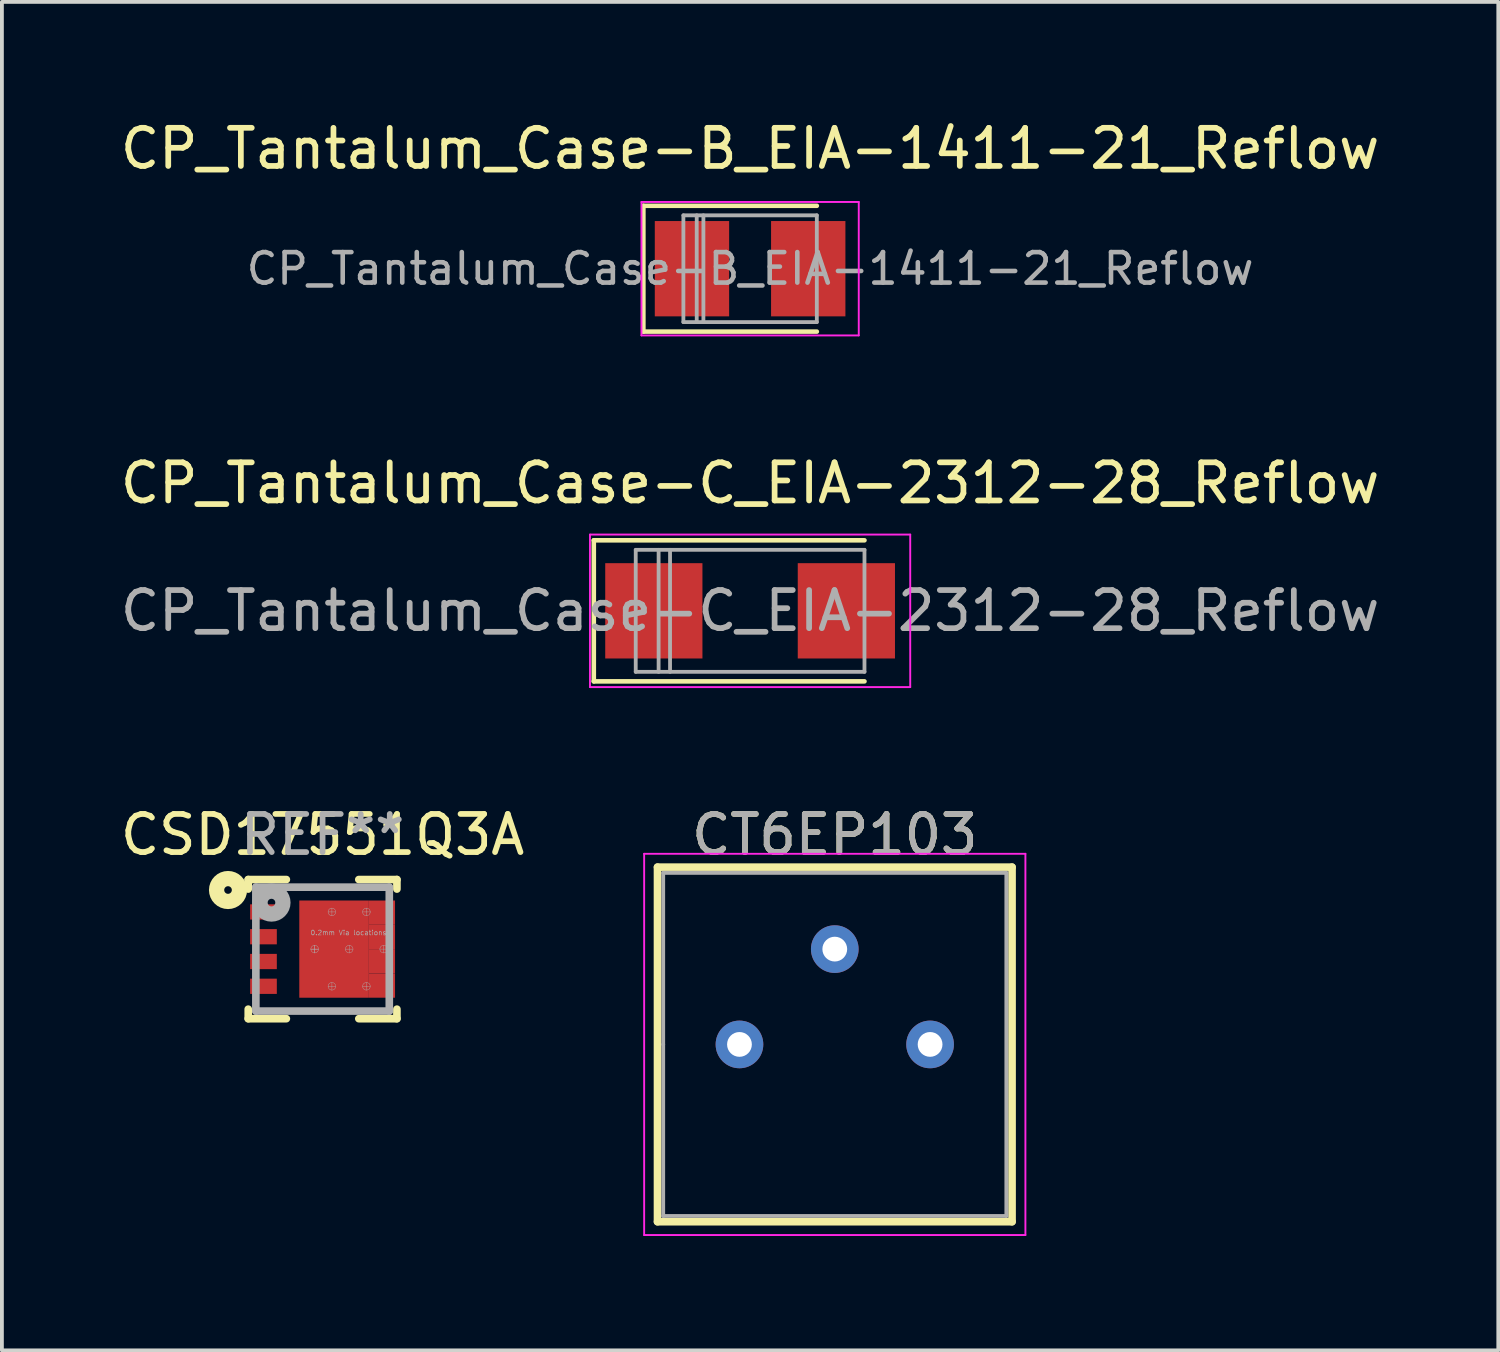
<source format=kicad_pcb>
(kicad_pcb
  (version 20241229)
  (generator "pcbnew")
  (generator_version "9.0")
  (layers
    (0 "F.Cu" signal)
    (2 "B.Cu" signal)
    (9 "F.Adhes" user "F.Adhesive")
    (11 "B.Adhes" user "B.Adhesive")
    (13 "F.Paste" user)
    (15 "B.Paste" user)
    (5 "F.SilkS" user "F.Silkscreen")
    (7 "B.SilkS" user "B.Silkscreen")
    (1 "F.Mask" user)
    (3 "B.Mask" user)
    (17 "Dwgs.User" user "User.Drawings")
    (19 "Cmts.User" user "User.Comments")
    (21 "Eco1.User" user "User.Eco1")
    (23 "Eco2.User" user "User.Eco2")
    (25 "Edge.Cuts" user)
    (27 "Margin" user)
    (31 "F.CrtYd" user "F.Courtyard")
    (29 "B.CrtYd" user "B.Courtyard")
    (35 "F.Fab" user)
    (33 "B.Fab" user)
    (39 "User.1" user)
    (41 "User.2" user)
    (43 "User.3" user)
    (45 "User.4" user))
  (footprint "CSD17551Q3A"
    (layer "F.Cu")
    (at 5.411 21.845)
    (property "Reference" "CSD17551Q3A" (at 0 -3 0) (layer "F.SilkS") (effects (font (size 1 1) (thickness 0.15))))
    (attr through_hole)
    (fp_line (start -1.95 -1.825) (end -1.95 -1.575) (stroke (width 0.2) (type solid)) (layer "F.SilkS"))
    (fp_line (start -1.95 1.575) (end -1.95 1.825) (stroke (width 0.2) (type solid)) (layer "F.SilkS"))
    (fp_line (start -0.95 -1.825) (end -1.95 -1.825) (stroke (width 0.2) (type solid)) (layer "F.SilkS"))
    (fp_line (start -0.95 1.825) (end -1.95 1.825) (stroke (width 0.2) (type solid)) (layer "F.SilkS"))
    (fp_line (start 1.95 -1.825) (end 0.95 -1.825) (stroke (width 0.2) (type solid)) (layer "F.SilkS"))
    (fp_line (start 1.95 -1.825) (end 1.95 -1.575) (stroke (width 0.2) (type solid)) (layer "F.SilkS"))
    (fp_line (start 1.95 1.575) (end 1.95 1.825) (stroke (width 0.2) (type solid)) (layer "F.SilkS"))
    (fp_line (start 1.95 1.825) (end 0.95 1.825) (stroke (width 0.2) (type solid)) (layer "F.SilkS"))
    (fp_circle (center -2.48 -1.55) (end -2.58 -1.55) (stroke (width 0.4) (type solid)) (fill no) (layer "F.SilkS"))
    (fp_line (start -1.75 -1.625) (end 1.75 -1.625) (stroke (width 0.2) (type solid)) (layer "F.Fab"))
    (fp_line (start -1.75 1.625) (end -1.75 -1.625) (stroke (width 0.2) (type solid)) (layer "F.Fab"))
    (fp_line (start -0.207 -0.1) (end -0.207 0.1) (stroke (width 0.01) (type solid)) (layer "F.Fab"))
    (fp_line (start -0.207 -0.1) (end -0.207 0.1) (stroke (width 0.01) (type solid)) (layer "F.Fab"))
    (fp_line (start -0.107 0) (end -0.307 0) (stroke (width 0.01) (type solid)) (layer "F.Fab"))
    (fp_line (start -0.107 0) (end -0.307 0) (stroke (width 0.01) (type solid)) (layer "F.Fab"))
    (fp_line (start 0.245 -0.875) (end 0.245 -1.075) (stroke (width 0.01) (type solid)) (layer "F.Fab"))
    (fp_line (start 0.245 1.075) (end 0.245 0.875) (stroke (width 0.01) (type solid)) (layer "F.Fab"))
    (fp_line (start 0.345 -0.975) (end 0.145 -0.975) (stroke (width 0.01) (type solid)) (layer "F.Fab"))
    (fp_line (start 0.345 0.975) (end 0.145 0.975) (stroke (width 0.01) (type solid)) (layer "F.Fab"))
    (fp_line (start 0.698 -0.1) (end 0.698 0.1) (stroke (width 0.01) (type solid)) (layer "F.Fab"))
    (fp_line (start 0.798 0) (end 0.598 0) (stroke (width 0.01) (type solid)) (layer "F.Fab"))
    (fp_line (start 1.15 -0.875) (end 1.15 -1.075) (stroke (width 0.01) (type solid)) (layer "F.Fab"))
    (fp_line (start 1.15 1.075) (end 1.15 0.875) (stroke (width 0.01) (type solid)) (layer "F.Fab"))
    (fp_line (start 1.25 -0.975) (end 1.05 -0.975) (stroke (width 0.01) (type solid)) (layer "F.Fab"))
    (fp_line (start 1.25 0.975) (end 1.05 0.975) (stroke (width 0.01) (type solid)) (layer "F.Fab"))
    (fp_line (start 1.603 -0.1) (end 1.603 0.1) (stroke (width 0.01) (type solid)) (layer "F.Fab"))
    (fp_line (start 1.703 0) (end 1.503 0) (stroke (width 0.01) (type solid)) (layer "F.Fab"))
    (fp_line (start 1.75 -1.625) (end 1.75 1.625) (stroke (width 0.2) (type solid)) (layer "F.Fab"))
    (fp_line (start 1.75 1.625) (end -1.75 1.625) (stroke (width 0.2) (type solid)) (layer "F.Fab"))
    (fp_circle (center -1.34 -1.22) (end -1.44 -1.22) (stroke (width 0.4) (type solid)) (fill no) (layer "F.Fab"))
    (fp_circle (center -0.207 0) (end -0.107 0) (stroke (width 0.01) (type solid)) (fill no) (layer "F.Fab"))
    (fp_circle (center 0.245 -0.975) (end 0.245 -1.075) (stroke (width 0.01) (type solid)) (fill no) (layer "F.Fab"))
    (fp_circle (center 0.245 0.975) (end 0.245 0.875) (stroke (width 0.01) (type solid)) (fill no) (layer "F.Fab"))
    (fp_circle (center 0.698 0) (end 0.798 0) (stroke (width 0.01) (type solid)) (fill no) (layer "F.Fab"))
    (fp_circle (center 1.15 -0.975) (end 1.15 -0.875) (stroke (width 0.01) (type solid)) (fill no) (layer "F.Fab"))
    (fp_circle (center 1.15 0.975) (end 1.15 1.075) (stroke (width 0.01) (type solid)) (fill no) (layer "F.Fab"))
    (fp_circle (center 1.603 0) (end 1.703 0) (stroke (width 0.01) (type solid)) (fill no) (layer "F.Fab"))
    (fp_text user "0.2mm Via locations" (at 0.68 -0.43 0) (layer "F.Fab") (effects (font (size 0.127 0.127) (thickness 0.015))))
    (fp_text user "REF**" (at 0 -3 0) (layer "F.Fab") (effects (font (size 1 1) (thickness 0.15))))
    (pad "" smd rect (at -0.208 -0.662) (size 0.705 1.125) (layers "F.Paste"))
    (pad "" smd rect (at -0.208 0.662) (size 0.705 1.125) (layers "F.Paste"))
    (pad "" smd rect (at 0.328 0) (size 1.775 2.45) (layers "F.Mask"))
    (pad "" smd rect (at 0.697 -0.662) (size 0.705 1.125) (layers "F.Paste"))
    (pad "" smd rect (at 0.697 0.662) (size 0.705 1.125) (layers "F.Paste"))
    (pad "" smd rect (at 1.532 -0.975) (size 0.635 0.3) (layers "F.Mask"))
    (pad "" smd rect (at 1.532 -0.325) (size 0.635 0.3) (layers "F.Mask"))
    (pad "" smd rect (at 1.532 0.325) (size 0.635 0.3) (layers "F.Mask"))
    (pad "" smd rect (at 1.532 0.975) (size 0.635 0.3) (layers "F.Mask"))
    (pad "" smd rect (at 1.55 -0.975) (size 0.6 0.3) (layers "F.Paste"))
    (pad "" smd rect (at 1.55 -0.325) (size 0.6 0.3) (layers "F.Paste"))
    (pad "" smd rect (at 1.55 0.325) (size 0.6 0.3) (layers "F.Paste"))
    (pad "" smd rect (at 1.55 0.975) (size 0.6 0.3) (layers "F.Paste"))
    (pad "1" smd rect (at -1.55 -0.975) (size 0.7 0.4) (layers "F.Cu" "F.Mask" "F.Paste"))
    (pad "2" smd rect (at -1.55 -0.325) (size 0.7 0.4) (layers "F.Cu" "F.Mask" "F.Paste"))
    (pad "3" smd rect (at -1.55 0.325) (size 0.7 0.4) (layers "F.Cu" "F.Mask" "F.Paste"))
    (pad "4" smd rect (at -1.55 0.975) (size 0.7 0.4) (layers "F.Cu" "F.Mask" "F.Paste"))
    (pad "5" smd rect (at 1.558 0.956) (size 0.685 0.637) (layers "F.Cu"))
    (pad "6" smd rect (at 1.558 0.319) (size 0.685 0.637) (layers "F.Cu"))
    (pad "7" smd rect (at 1.558 -0.319) (size 0.685 0.637) (layers "F.Cu"))
    (pad "8" smd rect (at 1.558 -0.956) (size 0.685 0.637) (layers "F.Cu"))
    (pad "9" smd rect (at 0.302 0) (size 1.825 2.55) (layers "F.Cu")))
  (footprint "CT6EP103"
    (layer "F.Cu")
    (at 18.846 24.345)
    (property "Reference" "CT6EP103" (at 0 -5.5 0) (layer "F.SilkS") (effects (font (size 1 1) (thickness 0.15))))
    (attr through_hole)
    (fp_line (start -4.65 -4.65) (end -4.65 4.65) (stroke (width 0.2) (type solid)) (layer "F.SilkS"))
    (fp_line (start -4.65 4.65) (end 4.65 4.65) (stroke (width 0.2) (type solid)) (layer "F.SilkS"))
    (fp_line (start 4.65 -4.65) (end -4.65 -4.65) (stroke (width 0.2) (type solid)) (layer "F.SilkS"))
    (fp_line (start 4.65 4.65) (end 4.65 -4.65) (stroke (width 0.2) (type solid)) (layer "F.SilkS"))
    (fp_line (start -5 -5) (end -5 5) (stroke (width 0.05) (type solid)) (layer "F.CrtYd"))
    (fp_line (start -5 5) (end 5 5) (stroke (width 0.05) (type solid)) (layer "F.CrtYd"))
    (fp_line (start 5 -5) (end -5 -5) (stroke (width 0.05) (type solid)) (layer "F.CrtYd"))
    (fp_line (start 5 5) (end 5 -5) (stroke (width 0.05) (type solid)) (layer "F.CrtYd"))
    (fp_line (start -4.5 -4.5) (end 4.5 -4.5) (stroke (width 0.1) (type solid)) (layer "F.Fab"))
    (fp_line (start -4.5 0) (end -4.5 -4.5) (stroke (width 0.1) (type solid)) (layer "F.Fab"))
    (fp_line (start -4.5 4.5) (end -4.5 0) (stroke (width 0.1) (type solid)) (layer "F.Fab"))
    (fp_line (start 4.5 -4.5) (end 4.5 4.5) (stroke (width 0.1) (type solid)) (layer "F.Fab"))
    (fp_line (start 4.5 4.5) (end -4.5 4.5) (stroke (width 0.1) (type solid)) (layer "F.Fab"))
    (fp_text user "${REFERENCE}" (at 0 -5.5 0) (layer "F.Fab") (effects (font (size 1 1) (thickness 0.15))))
    (pad "1" thru_hole circle (at 2.5 0) (size 1.25 1.25) (drill 0.65) (layers "*.Cu" "*.Mask"))
    (pad "2" thru_hole circle (at 0 -2.5) (size 1.25 1.25) (drill 0.65) (layers "*.Cu" "*.Mask"))
    (pad "3" thru_hole circle (at -2.5 0) (size 1.25 1.25) (drill 0.65) (layers "*.Cu" "*.Mask")))
  (footprint "CP_Tantalum_Case-B_EIA-1411-21_Reflow"
    (layer "F.Cu")
    (at 16.625 3.998)
    (property "Reference" "CP_Tantalum_Case-B_EIA-1411-21_Reflow" (at 0 -3.15 0) (layer "F.SilkS") (effects (font (size 1 1) (thickness 0.15))))
    (attr smd)
    (fp_line (start -2.8 -1.65) (end -2.8 1.65) (stroke (width 0.12) (type solid)) (layer "F.SilkS"))
    (fp_line (start -2.8 -1.65) (end 1.75 -1.65) (stroke (width 0.12) (type solid)) (layer "F.SilkS"))
    (fp_line (start -2.8 1.65) (end 1.75 1.65) (stroke (width 0.12) (type solid)) (layer "F.SilkS"))
    (fp_line (start -2.85 -1.75) (end -2.85 1.75) (stroke (width 0.05) (type solid)) (layer "F.CrtYd"))
    (fp_line (start -2.85 1.75) (end 2.85 1.75) (stroke (width 0.05) (type solid)) (layer "F.CrtYd"))
    (fp_line (start 2.85 -1.75) (end -2.85 -1.75) (stroke (width 0.05) (type solid)) (layer "F.CrtYd"))
    (fp_line (start 2.85 1.75) (end 2.85 -1.75) (stroke (width 0.05) (type solid)) (layer "F.CrtYd"))
    (fp_line (start -1.75 -1.4) (end -1.75 1.4) (stroke (width 0.1) (type solid)) (layer "F.Fab"))
    (fp_line (start -1.75 1.4) (end 1.75 1.4) (stroke (width 0.1) (type solid)) (layer "F.Fab"))
    (fp_line (start -1.4 -1.4) (end -1.4 1.4) (stroke (width 0.1) (type solid)) (layer "F.Fab"))
    (fp_line (start -1.225 -1.4) (end -1.225 1.4) (stroke (width 0.1) (type solid)) (layer "F.Fab"))
    (fp_line (start 1.75 -1.4) (end -1.75 -1.4) (stroke (width 0.1) (type solid)) (layer "F.Fab"))
    (fp_line (start 1.75 1.4) (end 1.75 -1.4) (stroke (width 0.1) (type solid)) (layer "F.Fab"))
    (fp_text user "${REFERENCE}" (at 0 0 0) (layer "F.Fab") (effects (font (size 0.8 0.8) (thickness 0.12))))
    (pad "1" smd rect (at -1.525 0) (size 1.95 2.5) (layers "F.Cu" "F.Mask" "F.Paste"))
    (pad "2" smd rect (at 1.525 0) (size 1.95 2.5) (layers "F.Cu" "F.Mask" "F.Paste")))
  (footprint "CP_Tantalum_Case-C_EIA-2312-28_Reflow"
    (layer "F.Cu")
    (at 16.625 12.972)
    (property "Reference" "CP_Tantalum_Case-C_EIA-2312-28_Reflow" (at 0 -3.35 0) (layer "F.SilkS") (effects (font (size 1 1) (thickness 0.15))))
    (attr smd)
    (fp_line (start -4.1 -1.85) (end -4.1 1.85) (stroke (width 0.12) (type solid)) (layer "F.SilkS"))
    (fp_line (start -4.1 -1.85) (end 3 -1.85) (stroke (width 0.12) (type solid)) (layer "F.SilkS"))
    (fp_line (start -4.1 1.85) (end 3 1.85) (stroke (width 0.12) (type solid)) (layer "F.SilkS"))
    (fp_line (start -4.2 -2) (end -4.2 2) (stroke (width 0.05) (type solid)) (layer "F.CrtYd"))
    (fp_line (start -4.2 2) (end 4.2 2) (stroke (width 0.05) (type solid)) (layer "F.CrtYd"))
    (fp_line (start 4.2 -2) (end -4.2 -2) (stroke (width 0.05) (type solid)) (layer "F.CrtYd"))
    (fp_line (start 4.2 2) (end 4.2 -2) (stroke (width 0.05) (type solid)) (layer "F.CrtYd"))
    (fp_line (start -3 -1.6) (end -3 1.6) (stroke (width 0.1) (type solid)) (layer "F.Fab"))
    (fp_line (start -3 1.6) (end 3 1.6) (stroke (width 0.1) (type solid)) (layer "F.Fab"))
    (fp_line (start -2.4 -1.6) (end -2.4 1.6) (stroke (width 0.1) (type solid)) (layer "F.Fab"))
    (fp_line (start -2.1 -1.6) (end -2.1 1.6) (stroke (width 0.1) (type solid)) (layer "F.Fab"))
    (fp_line (start 3 -1.6) (end -3 -1.6) (stroke (width 0.1) (type solid)) (layer "F.Fab"))
    (fp_line (start 3 1.6) (end 3 -1.6) (stroke (width 0.1) (type solid)) (layer "F.Fab"))
    (fp_text user "${REFERENCE}" (at 0 0 0) (layer "F.Fab") (effects (font (size 1 1) (thickness 0.15))))
    (pad "1" smd rect (at -2.525 0) (size 2.55 2.5) (layers "F.Cu" "F.Mask" "F.Paste"))
    (pad "2" smd rect (at 2.525 0) (size 2.55 2.5) (layers "F.Cu" "F.Mask" "F.Paste")))
  (gr_rect
    (start -3 -3)
    (end 36.25 32.37)
    (stroke (width 0.1) (type default))
    (fill no)
    (layer "Edge.Cuts")))
</source>
